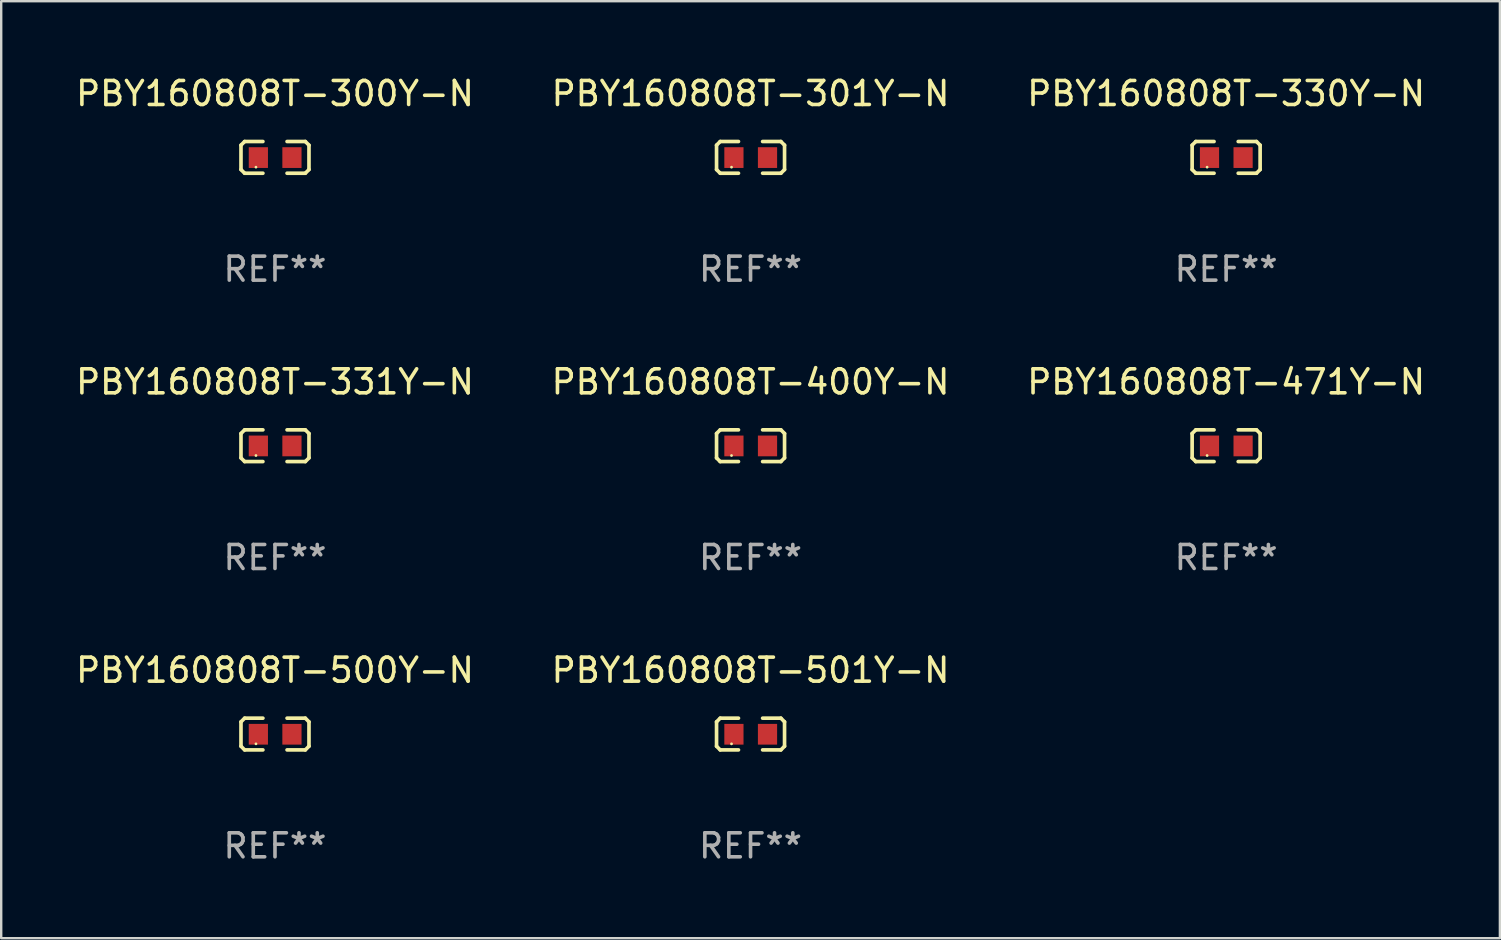
<source format=kicad_pcb>
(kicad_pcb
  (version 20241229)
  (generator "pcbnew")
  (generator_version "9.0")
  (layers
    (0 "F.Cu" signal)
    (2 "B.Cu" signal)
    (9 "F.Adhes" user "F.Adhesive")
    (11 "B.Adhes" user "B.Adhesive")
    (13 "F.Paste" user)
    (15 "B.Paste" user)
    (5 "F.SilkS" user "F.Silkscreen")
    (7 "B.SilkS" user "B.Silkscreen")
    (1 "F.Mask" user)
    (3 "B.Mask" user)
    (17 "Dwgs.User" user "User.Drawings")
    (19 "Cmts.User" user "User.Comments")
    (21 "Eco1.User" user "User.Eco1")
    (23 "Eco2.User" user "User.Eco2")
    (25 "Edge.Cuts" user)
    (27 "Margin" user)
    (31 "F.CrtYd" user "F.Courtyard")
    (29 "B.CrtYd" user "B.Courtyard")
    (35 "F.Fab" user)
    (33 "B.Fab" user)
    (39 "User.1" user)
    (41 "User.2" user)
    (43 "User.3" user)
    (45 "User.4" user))
  (footprint "PBY160808T-500Y-N"
    (layer "F.Cu")
    (at 8.411 27.544)
    (property "Reference" "PBY160808T-500Y-N" (at 0 -2.661 0) (layer "F.SilkS") (effects (font (size 1 1) (thickness 0.15))))
    (attr through_hole)
    (fp_line (start -1.417 -0.508) (end -1.265 -0.661) (stroke (width 0.152) (type solid)) (layer "F.SilkS"))
    (fp_line (start -1.417 0.508) (end -1.417 -0.508) (stroke (width 0.152) (type solid)) (layer "F.SilkS"))
    (fp_line (start -1.265 -0.661) (end -0.503 -0.661) (stroke (width 0.152) (type solid)) (layer "F.SilkS"))
    (fp_line (start -1.265 0.661) (end -1.417 0.508) (stroke (width 0.152) (type solid)) (layer "F.SilkS"))
    (fp_line (start -1.265 0.661) (end -0.503 0.661) (stroke (width 0.152) (type solid)) (layer "F.SilkS"))
    (fp_line (start 1.265 -0.661) (end 0.503 -0.661) (stroke (width 0.152) (type solid)) (layer "F.SilkS"))
    (fp_line (start 1.265 -0.661) (end 1.417 -0.508) (stroke (width 0.152) (type solid)) (layer "F.SilkS"))
    (fp_line (start 1.265 0.661) (end 0.503 0.661) (stroke (width 0.152) (type solid)) (layer "F.SilkS"))
    (fp_line (start 1.417 -0.508) (end 1.417 0.508) (stroke (width 0.152) (type solid)) (layer "F.SilkS"))
    (fp_line (start 1.417 0.508) (end 1.265 0.661) (stroke (width 0.152) (type solid)) (layer "F.SilkS"))
    (fp_circle (center -0.793 0.409) (end -0.763 0.409) (stroke (width 0.06) (type solid)) (fill no) (layer "F.SilkS"))
    (fp_text user "REF**" (at 0 4.661 0) (layer "F.Fab") (effects (font (size 1 1) (thickness 0.15))))
    (pad "1" smd rect (at -0.693 0.009 180) (size 0.8 0.864) (layers "F.Cu" "F.Mask" "F.Paste"))
    (pad "2" smd rect (at 0.707 0.009 180) (size 0.8 0.864) (layers "F.Cu" "F.Mask" "F.Paste")))
  (footprint "PBY160808T-400Y-N"
    (layer "F.Cu")
    (at 28.232 15.527)
    (property "Reference" "PBY160808T-400Y-N" (at 0 -2.661 0) (layer "F.SilkS") (effects (font (size 1 1) (thickness 0.15))))
    (attr through_hole)
    (fp_line (start -1.417 -0.508) (end -1.265 -0.661) (stroke (width 0.152) (type solid)) (layer "F.SilkS"))
    (fp_line (start -1.417 0.508) (end -1.417 -0.508) (stroke (width 0.152) (type solid)) (layer "F.SilkS"))
    (fp_line (start -1.265 -0.661) (end -0.503 -0.661) (stroke (width 0.152) (type solid)) (layer "F.SilkS"))
    (fp_line (start -1.265 0.661) (end -1.417 0.508) (stroke (width 0.152) (type solid)) (layer "F.SilkS"))
    (fp_line (start -1.265 0.661) (end -0.503 0.661) (stroke (width 0.152) (type solid)) (layer "F.SilkS"))
    (fp_line (start 1.265 -0.661) (end 0.503 -0.661) (stroke (width 0.152) (type solid)) (layer "F.SilkS"))
    (fp_line (start 1.265 -0.661) (end 1.417 -0.508) (stroke (width 0.152) (type solid)) (layer "F.SilkS"))
    (fp_line (start 1.265 0.661) (end 0.503 0.661) (stroke (width 0.152) (type solid)) (layer "F.SilkS"))
    (fp_line (start 1.417 -0.508) (end 1.417 0.508) (stroke (width 0.152) (type solid)) (layer "F.SilkS"))
    (fp_line (start 1.417 0.508) (end 1.265 0.661) (stroke (width 0.152) (type solid)) (layer "F.SilkS"))
    (fp_circle (center -0.793 0.409) (end -0.763 0.409) (stroke (width 0.06) (type solid)) (fill no) (layer "F.SilkS"))
    (fp_text user "REF**" (at 0 4.661 0) (layer "F.Fab") (effects (font (size 1 1) (thickness 0.15))))
    (pad "1" smd rect (at -0.693 0.009 180) (size 0.8 0.864) (layers "F.Cu" "F.Mask" "F.Paste"))
    (pad "2" smd rect (at 0.707 0.009 180) (size 0.8 0.864) (layers "F.Cu" "F.Mask" "F.Paste")))
  (footprint "PBY160808T-300Y-N"
    (layer "F.Cu")
    (at 8.411 3.509)
    (property "Reference" "PBY160808T-300Y-N" (at 0 -2.661 0) (layer "F.SilkS") (effects (font (size 1 1) (thickness 0.15))))
    (attr through_hole)
    (fp_line (start -1.417 -0.508) (end -1.265 -0.661) (stroke (width 0.152) (type solid)) (layer "F.SilkS"))
    (fp_line (start -1.417 0.508) (end -1.417 -0.508) (stroke (width 0.152) (type solid)) (layer "F.SilkS"))
    (fp_line (start -1.265 -0.661) (end -0.503 -0.661) (stroke (width 0.152) (type solid)) (layer "F.SilkS"))
    (fp_line (start -1.265 0.661) (end -1.417 0.508) (stroke (width 0.152) (type solid)) (layer "F.SilkS"))
    (fp_line (start -1.265 0.661) (end -0.503 0.661) (stroke (width 0.152) (type solid)) (layer "F.SilkS"))
    (fp_line (start 1.265 -0.661) (end 0.503 -0.661) (stroke (width 0.152) (type solid)) (layer "F.SilkS"))
    (fp_line (start 1.265 -0.661) (end 1.417 -0.508) (stroke (width 0.152) (type solid)) (layer "F.SilkS"))
    (fp_line (start 1.265 0.661) (end 0.503 0.661) (stroke (width 0.152) (type solid)) (layer "F.SilkS"))
    (fp_line (start 1.417 -0.508) (end 1.417 0.508) (stroke (width 0.152) (type solid)) (layer "F.SilkS"))
    (fp_line (start 1.417 0.508) (end 1.265 0.661) (stroke (width 0.152) (type solid)) (layer "F.SilkS"))
    (fp_circle (center -0.793 0.409) (end -0.763 0.409) (stroke (width 0.06) (type solid)) (fill no) (layer "F.SilkS"))
    (fp_text user "REF**" (at 0 4.661 0) (layer "F.Fab") (effects (font (size 1 1) (thickness 0.15))))
    (pad "1" smd rect (at -0.693 0.009 180) (size 0.8 0.864) (layers "F.Cu" "F.Mask" "F.Paste"))
    (pad "2" smd rect (at 0.707 0.009 180) (size 0.8 0.864) (layers "F.Cu" "F.Mask" "F.Paste")))
  (footprint "PBY160808T-501Y-N"
    (layer "F.Cu")
    (at 28.232 27.544)
    (property "Reference" "PBY160808T-501Y-N" (at 0 -2.661 0) (layer "F.SilkS") (effects (font (size 1 1) (thickness 0.15))))
    (attr through_hole)
    (fp_line (start -1.417 -0.508) (end -1.265 -0.661) (stroke (width 0.152) (type solid)) (layer "F.SilkS"))
    (fp_line (start -1.417 0.508) (end -1.417 -0.508) (stroke (width 0.152) (type solid)) (layer "F.SilkS"))
    (fp_line (start -1.265 -0.661) (end -0.503 -0.661) (stroke (width 0.152) (type solid)) (layer "F.SilkS"))
    (fp_line (start -1.265 0.661) (end -1.417 0.508) (stroke (width 0.152) (type solid)) (layer "F.SilkS"))
    (fp_line (start -1.265 0.661) (end -0.503 0.661) (stroke (width 0.152) (type solid)) (layer "F.SilkS"))
    (fp_line (start 1.265 -0.661) (end 0.503 -0.661) (stroke (width 0.152) (type solid)) (layer "F.SilkS"))
    (fp_line (start 1.265 -0.661) (end 1.417 -0.508) (stroke (width 0.152) (type solid)) (layer "F.SilkS"))
    (fp_line (start 1.265 0.661) (end 0.503 0.661) (stroke (width 0.152) (type solid)) (layer "F.SilkS"))
    (fp_line (start 1.417 -0.508) (end 1.417 0.508) (stroke (width 0.152) (type solid)) (layer "F.SilkS"))
    (fp_line (start 1.417 0.508) (end 1.265 0.661) (stroke (width 0.152) (type solid)) (layer "F.SilkS"))
    (fp_circle (center -0.793 0.409) (end -0.763 0.409) (stroke (width 0.06) (type solid)) (fill no) (layer "F.SilkS"))
    (fp_text user "REF**" (at 0 4.661 0) (layer "F.Fab") (effects (font (size 1 1) (thickness 0.15))))
    (pad "1" smd rect (at -0.693 0.009 180) (size 0.8 0.864) (layers "F.Cu" "F.Mask" "F.Paste"))
    (pad "2" smd rect (at 0.707 0.009 180) (size 0.8 0.864) (layers "F.Cu" "F.Mask" "F.Paste")))
  (footprint "PBY160808T-471Y-N"
    (layer "F.Cu")
    (at 48.054 15.527)
    (property "Reference" "PBY160808T-471Y-N" (at 0 -2.661 0) (layer "F.SilkS") (effects (font (size 1 1) (thickness 0.15))))
    (attr through_hole)
    (fp_line (start -1.417 -0.508) (end -1.265 -0.661) (stroke (width 0.152) (type solid)) (layer "F.SilkS"))
    (fp_line (start -1.417 0.508) (end -1.417 -0.508) (stroke (width 0.152) (type solid)) (layer "F.SilkS"))
    (fp_line (start -1.265 -0.661) (end -0.503 -0.661) (stroke (width 0.152) (type solid)) (layer "F.SilkS"))
    (fp_line (start -1.265 0.661) (end -1.417 0.508) (stroke (width 0.152) (type solid)) (layer "F.SilkS"))
    (fp_line (start -1.265 0.661) (end -0.503 0.661) (stroke (width 0.152) (type solid)) (layer "F.SilkS"))
    (fp_line (start 1.265 -0.661) (end 0.503 -0.661) (stroke (width 0.152) (type solid)) (layer "F.SilkS"))
    (fp_line (start 1.265 -0.661) (end 1.417 -0.508) (stroke (width 0.152) (type solid)) (layer "F.SilkS"))
    (fp_line (start 1.265 0.661) (end 0.503 0.661) (stroke (width 0.152) (type solid)) (layer "F.SilkS"))
    (fp_line (start 1.417 -0.508) (end 1.417 0.508) (stroke (width 0.152) (type solid)) (layer "F.SilkS"))
    (fp_line (start 1.417 0.508) (end 1.265 0.661) (stroke (width 0.152) (type solid)) (layer "F.SilkS"))
    (fp_circle (center -0.793 0.409) (end -0.763 0.409) (stroke (width 0.06) (type solid)) (fill no) (layer "F.SilkS"))
    (fp_text user "REF**" (at 0 4.661 0) (layer "F.Fab") (effects (font (size 1 1) (thickness 0.15))))
    (pad "1" smd rect (at -0.693 0.009 180) (size 0.8 0.864) (layers "F.Cu" "F.Mask" "F.Paste"))
    (pad "2" smd rect (at 0.707 0.009 180) (size 0.8 0.864) (layers "F.Cu" "F.Mask" "F.Paste")))
  (footprint "PBY160808T-301Y-N"
    (layer "F.Cu")
    (at 28.232 3.509)
    (property "Reference" "PBY160808T-301Y-N" (at 0 -2.661 0) (layer "F.SilkS") (effects (font (size 1 1) (thickness 0.15))))
    (attr through_hole)
    (fp_line (start -1.417 -0.508) (end -1.265 -0.661) (stroke (width 0.152) (type solid)) (layer "F.SilkS"))
    (fp_line (start -1.417 0.508) (end -1.417 -0.508) (stroke (width 0.152) (type solid)) (layer "F.SilkS"))
    (fp_line (start -1.265 -0.661) (end -0.503 -0.661) (stroke (width 0.152) (type solid)) (layer "F.SilkS"))
    (fp_line (start -1.265 0.661) (end -1.417 0.508) (stroke (width 0.152) (type solid)) (layer "F.SilkS"))
    (fp_line (start -1.265 0.661) (end -0.503 0.661) (stroke (width 0.152) (type solid)) (layer "F.SilkS"))
    (fp_line (start 1.265 -0.661) (end 0.503 -0.661) (stroke (width 0.152) (type solid)) (layer "F.SilkS"))
    (fp_line (start 1.265 -0.661) (end 1.417 -0.508) (stroke (width 0.152) (type solid)) (layer "F.SilkS"))
    (fp_line (start 1.265 0.661) (end 0.503 0.661) (stroke (width 0.152) (type solid)) (layer "F.SilkS"))
    (fp_line (start 1.417 -0.508) (end 1.417 0.508) (stroke (width 0.152) (type solid)) (layer "F.SilkS"))
    (fp_line (start 1.417 0.508) (end 1.265 0.661) (stroke (width 0.152) (type solid)) (layer "F.SilkS"))
    (fp_circle (center -0.793 0.409) (end -0.763 0.409) (stroke (width 0.06) (type solid)) (fill no) (layer "F.SilkS"))
    (fp_text user "REF**" (at 0 4.661 0) (layer "F.Fab") (effects (font (size 1 1) (thickness 0.15))))
    (pad "1" smd rect (at -0.693 0.009 180) (size 0.8 0.864) (layers "F.Cu" "F.Mask" "F.Paste"))
    (pad "2" smd rect (at 0.707 0.009 180) (size 0.8 0.864) (layers "F.Cu" "F.Mask" "F.Paste")))
  (footprint "PBY160808T-331Y-N"
    (layer "F.Cu")
    (at 8.411 15.527)
    (property "Reference" "PBY160808T-331Y-N" (at 0 -2.661 0) (layer "F.SilkS") (effects (font (size 1 1) (thickness 0.15))))
    (attr through_hole)
    (fp_line (start -1.417 -0.508) (end -1.265 -0.661) (stroke (width 0.152) (type solid)) (layer "F.SilkS"))
    (fp_line (start -1.417 0.508) (end -1.417 -0.508) (stroke (width 0.152) (type solid)) (layer "F.SilkS"))
    (fp_line (start -1.265 -0.661) (end -0.503 -0.661) (stroke (width 0.152) (type solid)) (layer "F.SilkS"))
    (fp_line (start -1.265 0.661) (end -1.417 0.508) (stroke (width 0.152) (type solid)) (layer "F.SilkS"))
    (fp_line (start -1.265 0.661) (end -0.503 0.661) (stroke (width 0.152) (type solid)) (layer "F.SilkS"))
    (fp_line (start 1.265 -0.661) (end 0.503 -0.661) (stroke (width 0.152) (type solid)) (layer "F.SilkS"))
    (fp_line (start 1.265 -0.661) (end 1.417 -0.508) (stroke (width 0.152) (type solid)) (layer "F.SilkS"))
    (fp_line (start 1.265 0.661) (end 0.503 0.661) (stroke (width 0.152) (type solid)) (layer "F.SilkS"))
    (fp_line (start 1.417 -0.508) (end 1.417 0.508) (stroke (width 0.152) (type solid)) (layer "F.SilkS"))
    (fp_line (start 1.417 0.508) (end 1.265 0.661) (stroke (width 0.152) (type solid)) (layer "F.SilkS"))
    (fp_circle (center -0.793 0.409) (end -0.763 0.409) (stroke (width 0.06) (type solid)) (fill no) (layer "F.SilkS"))
    (fp_text user "REF**" (at 0 4.661 0) (layer "F.Fab") (effects (font (size 1 1) (thickness 0.15))))
    (pad "1" smd rect (at -0.693 0.009 180) (size 0.8 0.864) (layers "F.Cu" "F.Mask" "F.Paste"))
    (pad "2" smd rect (at 0.707 0.009 180) (size 0.8 0.864) (layers "F.Cu" "F.Mask" "F.Paste")))
  (footprint "PBY160808T-330Y-N"
    (layer "F.Cu")
    (at 48.054 3.509)
    (property "Reference" "PBY160808T-330Y-N" (at 0 -2.661 0) (layer "F.SilkS") (effects (font (size 1 1) (thickness 0.15))))
    (attr through_hole)
    (fp_line (start -1.417 -0.508) (end -1.265 -0.661) (stroke (width 0.152) (type solid)) (layer "F.SilkS"))
    (fp_line (start -1.417 0.508) (end -1.417 -0.508) (stroke (width 0.152) (type solid)) (layer "F.SilkS"))
    (fp_line (start -1.265 -0.661) (end -0.503 -0.661) (stroke (width 0.152) (type solid)) (layer "F.SilkS"))
    (fp_line (start -1.265 0.661) (end -1.417 0.508) (stroke (width 0.152) (type solid)) (layer "F.SilkS"))
    (fp_line (start -1.265 0.661) (end -0.503 0.661) (stroke (width 0.152) (type solid)) (layer "F.SilkS"))
    (fp_line (start 1.265 -0.661) (end 0.503 -0.661) (stroke (width 0.152) (type solid)) (layer "F.SilkS"))
    (fp_line (start 1.265 -0.661) (end 1.417 -0.508) (stroke (width 0.152) (type solid)) (layer "F.SilkS"))
    (fp_line (start 1.265 0.661) (end 0.503 0.661) (stroke (width 0.152) (type solid)) (layer "F.SilkS"))
    (fp_line (start 1.417 -0.508) (end 1.417 0.508) (stroke (width 0.152) (type solid)) (layer "F.SilkS"))
    (fp_line (start 1.417 0.508) (end 1.265 0.661) (stroke (width 0.152) (type solid)) (layer "F.SilkS"))
    (fp_circle (center -0.793 0.409) (end -0.763 0.409) (stroke (width 0.06) (type solid)) (fill no) (layer "F.SilkS"))
    (fp_text user "REF**" (at 0 4.661 0) (layer "F.Fab") (effects (font (size 1 1) (thickness 0.15))))
    (pad "1" smd rect (at -0.693 0.009 180) (size 0.8 0.864) (layers "F.Cu" "F.Mask" "F.Paste"))
    (pad "2" smd rect (at 0.707 0.009 180) (size 0.8 0.864) (layers "F.Cu" "F.Mask" "F.Paste")))
  (gr_rect
    (start -3 -3)
    (end 59.464 36.053)
    (stroke (width 0.1) (type default))
    (fill no)
    (layer "Edge.Cuts")))
</source>
